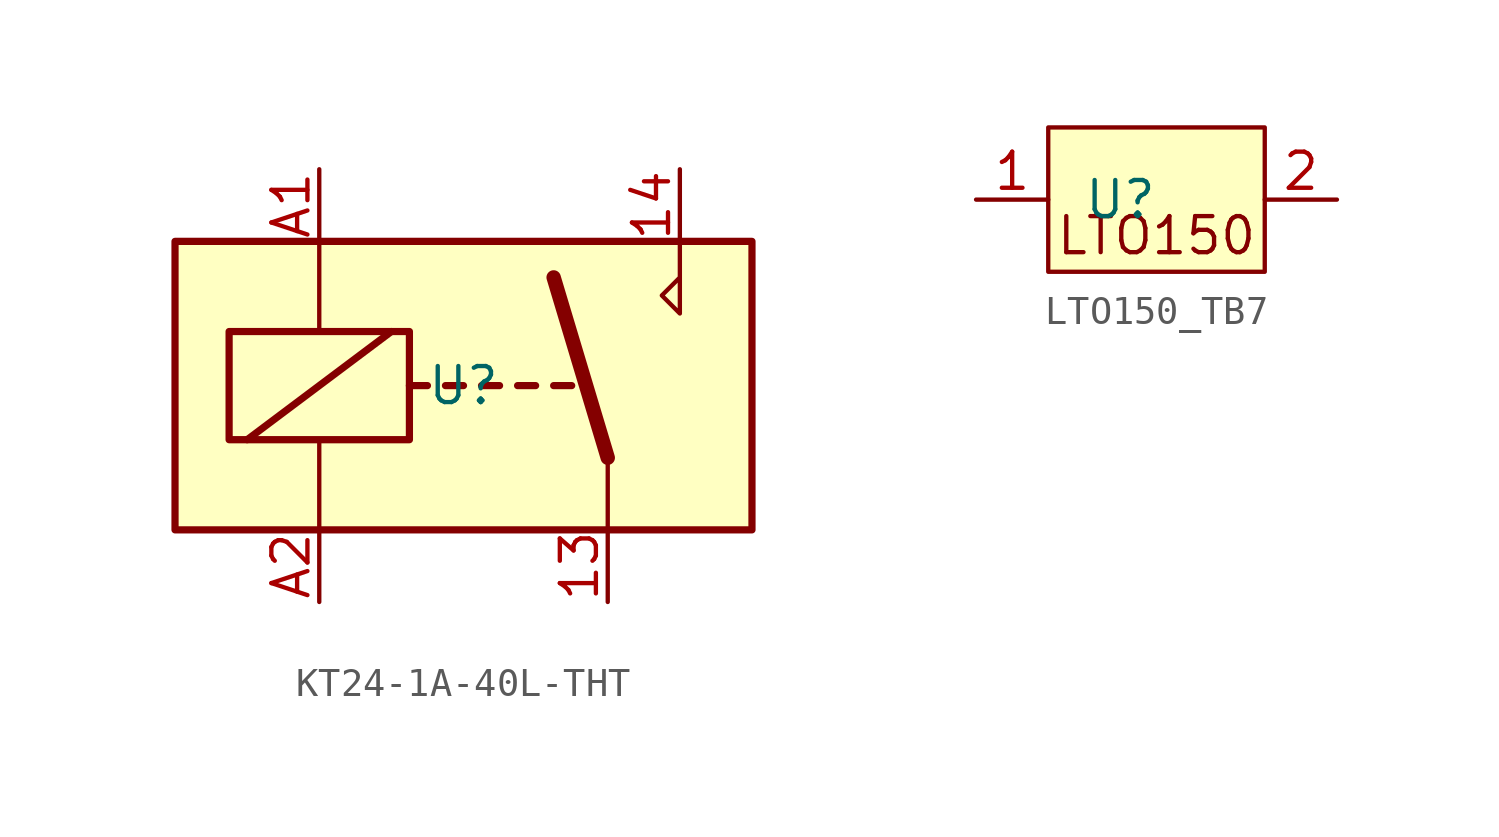
<source format=kicad_sym>
(kicad_symbol_lib
  (version 20220914)
  (generator kicad_symbol_editor)
  (symbol "KT24-1A-40L-THT"
    (property "Reference" "U"
      (at 0 0 0)
      (effects (font (size 1.27 1.27))))
    (property "Value" ""
      (at 0 0 0)
      (effects (font (size 1.27 1.27))))
    (symbol "KT24-1A-40L-THT_0_0"
      (polyline (pts (xy 7.62 5.08) (xy 7.62 2.54) (xy 6.985 3.175) (xy 7.62 3.81)) (stroke (width 0) (type default)) (fill (type none))))
    (symbol "KT24-1A-40L-THT_0_1"
      (rectangle (start -10.16 5.08) (end 10.16 -5.08) (stroke (width 0.254) (type default)) (fill (type background)))
      (rectangle (start -8.255 1.905) (end -1.905 -1.905) (stroke (width 0.254) (type default)) (fill (type none)))
      (polyline (pts (xy -7.62 -1.905) (xy -2.54 1.905)) (stroke (width 0.254) (type default)) (fill (type none)))
      (polyline (pts (xy -5.08 -5.08) (xy -5.08 -1.905)) (stroke (width 0) (type default)) (fill (type none)))
      (polyline (pts (xy -5.08 5.08) (xy -5.08 1.905)) (stroke (width 0) (type default)) (fill (type none)))
      (polyline (pts (xy -1.905 0) (xy -1.27 0)) (stroke (width 0.254) (type default)) (fill (type none)))
      (polyline (pts (xy -0.635 0) (xy 0 0)) (stroke (width 0.254) (type default)) (fill (type none)))
      (polyline (pts (xy 0.635 0) (xy 1.27 0)) (stroke (width 0.254) (type default)) (fill (type none)))
      (polyline (pts (xy 1.905 0) (xy 2.54 0)) (stroke (width 0.254) (type default)) (fill (type none)))
      (polyline (pts (xy 3.175 0) (xy 3.81 0)) (stroke (width 0.254) (type default)) (fill (type none)))
      (polyline (pts (xy 5.08 -2.54) (xy 3.175 3.81)) (stroke (width 0.508) (type default)) (fill (type none)))
      (polyline (pts (xy 5.08 -2.54) (xy 5.08 -5.08)) (stroke (width 0) (type default)) (fill (type none))))
    (symbol "KT24-1A-40L-THT_1_1"
      (pin passive line (at 5.08 -7.62 90) (length 2.54) (name "~" (effects (font (size 1.27 1.27)))) (number "13" (effects (font (size 1.27 1.27)))))
      (pin passive line (at 7.62 7.62 270) (length 2.54) (name "~" (effects (font (size 1.27 1.27)))) (number "14" (effects (font (size 1.27 1.27)))))
      (pin passive line (at -5.08 7.62 270) (length 2.54) (name "~" (effects (font (size 1.27 1.27)))) (number "A1" (effects (font (size 1.27 1.27)))))
      (pin passive line (at -5.08 -7.62 90) (length 2.54) (name "~" (effects (font (size 1.27 1.27)))) (number "A2" (effects (font (size 1.27 1.27)))))))
  (symbol "LTO150_TB7"
    (property "Reference" "U"
      (at 0 0 0)
      (effects (font (size 1.27 1.27))))
    (property "Value" ""
      (at 0 0 0)
      (effects (font (size 1.27 1.27))))
    (symbol "LTO150_TB7_0_0"
      (pin passive line (at -5.08 0 0) (length 2.54) (name "" (effects (font (size 1.27 1.27)))) (number "1" (effects (font (size 1.27 1.27)))))
      (pin passive line (at 7.62 0 180) (length 2.54) (name "" (effects (font (size 1.27 1.27)))) (number "2" (effects (font (size 1.27 1.27))))))
    (symbol "LTO150_TB7_1_1"
      (rectangle (start -2.54 2.54) (end 5.08 -2.54) (stroke (width 0) (type default)) (fill (type background)))
      (text "LTO150\n" (at 1.27 -1.27 0) (effects (font (size 1.27 1.27)))))))
</source>
